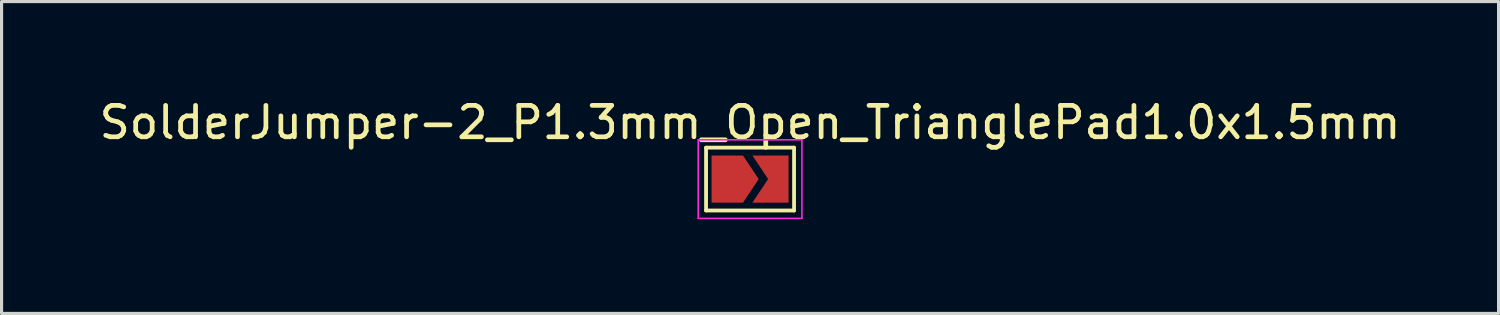
<source format=kicad_pcb>
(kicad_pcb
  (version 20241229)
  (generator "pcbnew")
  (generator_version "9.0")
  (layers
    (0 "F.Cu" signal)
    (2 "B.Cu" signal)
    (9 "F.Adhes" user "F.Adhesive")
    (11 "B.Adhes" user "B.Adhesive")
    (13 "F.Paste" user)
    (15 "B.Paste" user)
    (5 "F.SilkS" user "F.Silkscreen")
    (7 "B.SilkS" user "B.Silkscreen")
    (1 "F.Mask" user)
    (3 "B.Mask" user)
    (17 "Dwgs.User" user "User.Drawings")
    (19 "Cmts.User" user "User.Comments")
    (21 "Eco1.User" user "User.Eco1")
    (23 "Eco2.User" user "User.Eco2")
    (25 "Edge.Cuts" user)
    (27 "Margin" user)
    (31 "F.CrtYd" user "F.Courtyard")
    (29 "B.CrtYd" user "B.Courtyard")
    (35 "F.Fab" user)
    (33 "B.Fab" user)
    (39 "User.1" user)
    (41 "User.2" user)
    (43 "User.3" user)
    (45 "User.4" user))
  (footprint "SolderJumper-2_P1.3mm_Open_TrianglePad1.0x1.5mm"
    (layer "F.Cu")
    (at 20.815 2.648)
    (property "Reference" "SolderJumper-2_P1.3mm_Open_TrianglePad1.0x1.5mm" (at 0 -1.8 0) (layer "F.SilkS") (effects (font (size 1 1) (thickness 0.15))))
    (attr exclude_from_pos_files exclude_from_bom allow_soldermask_bridges)
    (fp_rect (start -1.225 -0.75) (end 1.225 0.75) (stroke (width 0) (type default)) (fill yes) (layer "F.Mask"))
    (fp_line (start -1.4 -1) (end 1.4 -1) (stroke (width 0.12) (type solid)) (layer "F.SilkS"))
    (fp_line (start -1.4 1) (end -1.4 -1) (stroke (width 0.12) (type solid)) (layer "F.SilkS"))
    (fp_line (start 1.4 -1) (end 1.4 1) (stroke (width 0.12) (type solid)) (layer "F.SilkS"))
    (fp_line (start 1.4 1) (end -1.4 1) (stroke (width 0.12) (type solid)) (layer "F.SilkS"))
    (fp_line (start -1.65 -1.25) (end -1.65 1.25) (stroke (width 0.05) (type solid)) (layer "F.CrtYd"))
    (fp_line (start -1.65 -1.25) (end 1.65 -1.25) (stroke (width 0.05) (type solid)) (layer "F.CrtYd"))
    (fp_line (start 1.65 1.25) (end -1.65 1.25) (stroke (width 0.05) (type solid)) (layer "F.CrtYd"))
    (fp_line (start 1.65 1.25) (end 1.65 -1.25) (stroke (width 0.05) (type solid)) (layer "F.CrtYd"))
    (pad "1" smd custom (at -0.725 0) (size 0.3 0.3) (layers "F.Cu" "F.Mask") (options (anchor rect)) (primitives (gr_poly (pts (xy 1 0) (xy 0.5 0.75) (xy -0.5 0.75) (xy -0.5 -0.75) (xy 0.5 -0.75)) (width 0) (fill yes))))
    (pad "2" smd custom (at 0.725 0) (size 0.3 0.3) (layers "F.Cu" "F.Mask") (options (anchor rect)) (primitives (gr_poly (pts (xy 0.5 0.75) (xy -0.65 0.75) (xy -0.15 0) (xy -0.65 -0.75) (xy 0.5 -0.75)) (width 0) (fill yes)))))
  (gr_rect
    (start -3 -3)
    (end 44.631 6.923)
    (stroke (width 0.1) (type default))
    (fill no)
    (layer "Edge.Cuts")))
</source>
